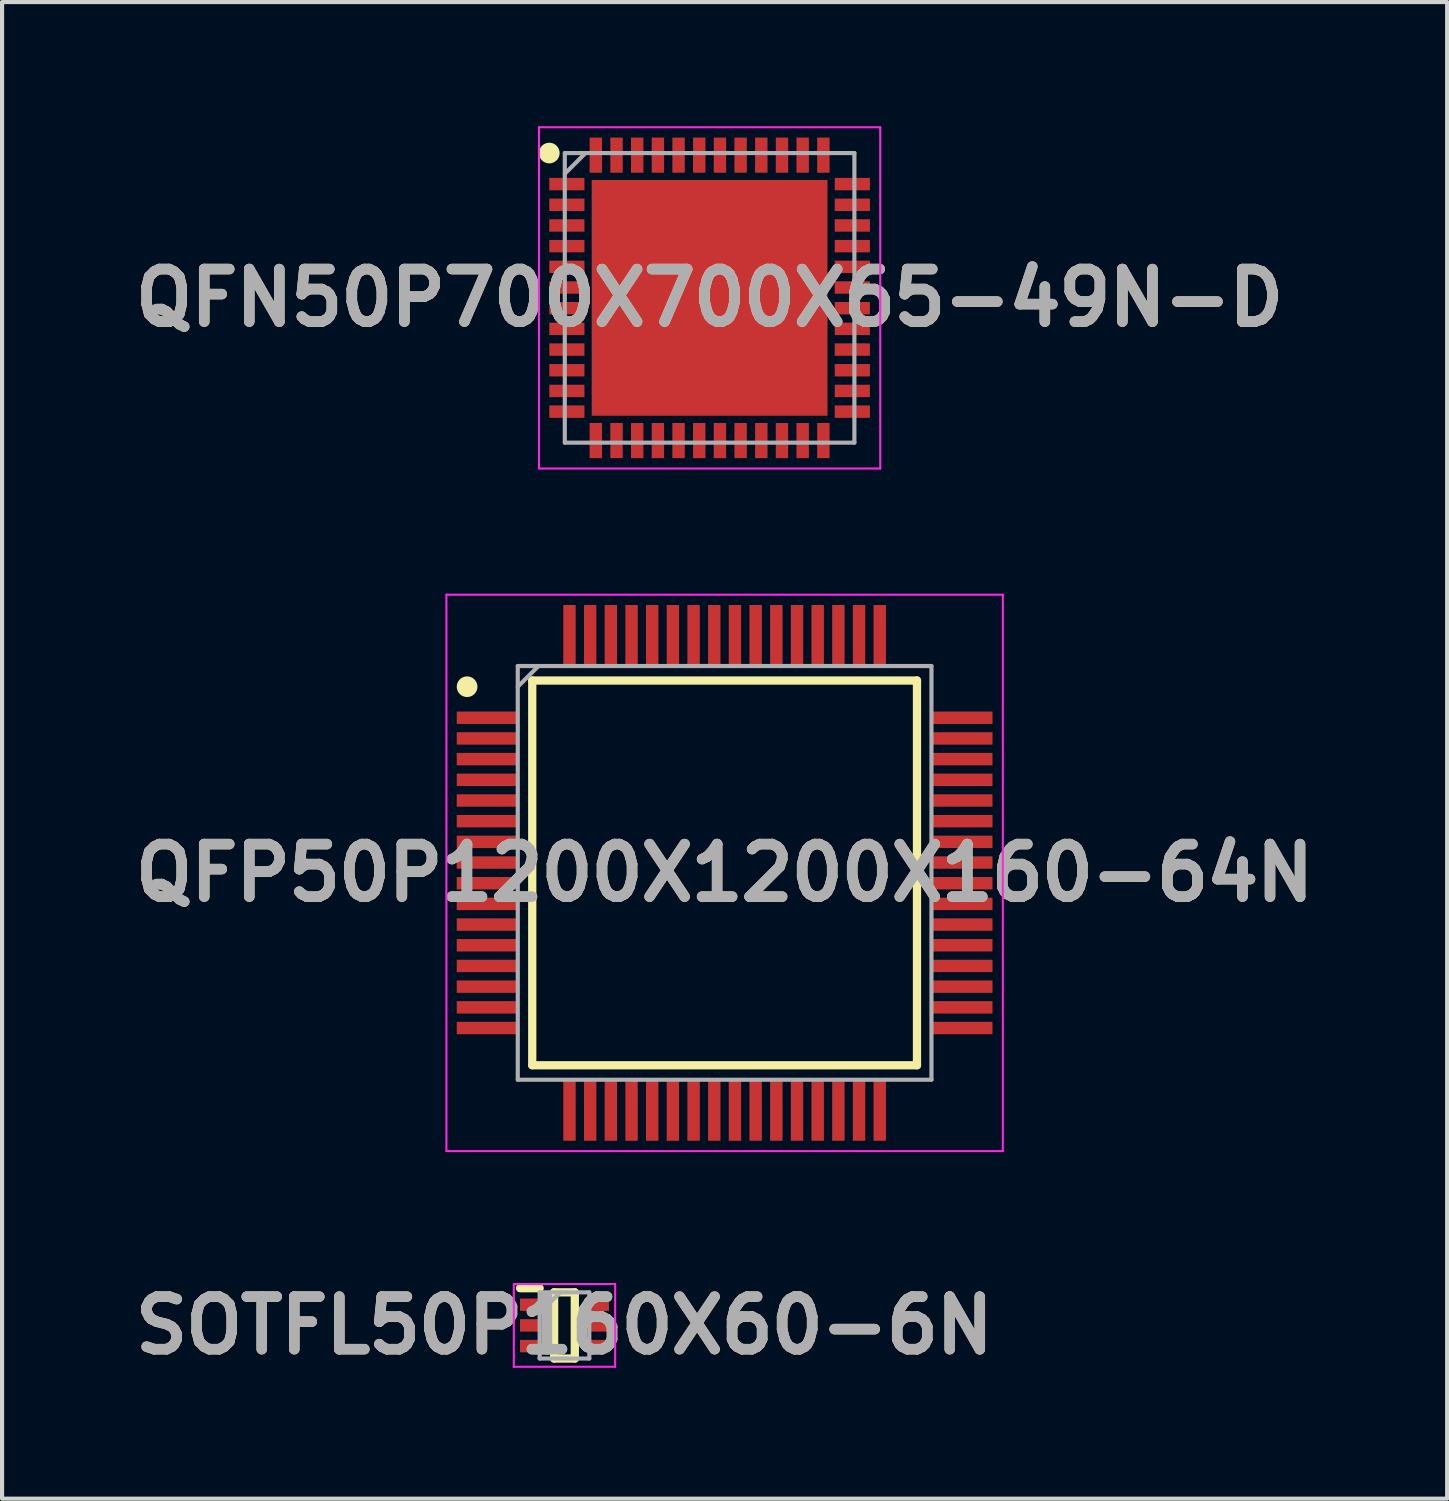
<source format=kicad_pcb>
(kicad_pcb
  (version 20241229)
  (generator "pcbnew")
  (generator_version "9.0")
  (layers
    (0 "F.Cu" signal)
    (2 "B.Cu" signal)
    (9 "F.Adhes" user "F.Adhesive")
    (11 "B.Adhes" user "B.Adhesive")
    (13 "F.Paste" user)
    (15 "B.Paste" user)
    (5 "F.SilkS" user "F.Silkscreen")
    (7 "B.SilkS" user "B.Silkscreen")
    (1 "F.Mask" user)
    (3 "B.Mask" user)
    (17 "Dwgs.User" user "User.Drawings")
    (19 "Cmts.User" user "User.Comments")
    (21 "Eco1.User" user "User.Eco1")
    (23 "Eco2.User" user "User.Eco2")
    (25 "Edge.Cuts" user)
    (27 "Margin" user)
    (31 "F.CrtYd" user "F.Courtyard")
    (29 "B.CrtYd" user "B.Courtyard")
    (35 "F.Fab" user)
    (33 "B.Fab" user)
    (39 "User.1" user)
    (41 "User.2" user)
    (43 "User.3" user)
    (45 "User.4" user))
  (footprint "SOTFL50P160X60-6N"
    (layer "F.Cu")
    (at 10.595 28.989)
    (property "Reference" "SOTFL50P160X60-6N" (at 0 0 0) (layer "F.SilkS") (effects (font (size 1.27 1.27) (thickness 0.254))))
    (attr smd)
    (fp_line (start -1.075 -0.9) (end -0.6 -0.9) (stroke (width 0.2) (type solid)) (layer "F.SilkS"))
    (fp_line (start -0.25 -0.8) (end 0.25 -0.8) (stroke (width 0.2) (type solid)) (layer "F.SilkS"))
    (fp_line (start -0.25 0.8) (end -0.25 -0.8) (stroke (width 0.2) (type solid)) (layer "F.SilkS"))
    (fp_line (start 0.25 -0.8) (end 0.25 0.8) (stroke (width 0.2) (type solid)) (layer "F.SilkS"))
    (fp_line (start 0.25 0.8) (end -0.25 0.8) (stroke (width 0.2) (type solid)) (layer "F.SilkS"))
    (fp_line (start -1.225 -1) (end 1.225 -1) (stroke (width 0.05) (type solid)) (layer "F.CrtYd"))
    (fp_line (start -1.225 1) (end -1.225 -1) (stroke (width 0.05) (type solid)) (layer "F.CrtYd"))
    (fp_line (start 1.225 -1) (end 1.225 1) (stroke (width 0.05) (type solid)) (layer "F.CrtYd"))
    (fp_line (start 1.225 1) (end -1.225 1) (stroke (width 0.05) (type solid)) (layer "F.CrtYd"))
    (fp_line (start -0.6 -0.8) (end 0.6 -0.8) (stroke (width 0.1) (type solid)) (layer "F.Fab"))
    (fp_line (start -0.6 -0.3) (end -0.1 -0.8) (stroke (width 0.1) (type solid)) (layer "F.Fab"))
    (fp_line (start -0.6 0.8) (end -0.6 -0.8) (stroke (width 0.1) (type solid)) (layer "F.Fab"))
    (fp_line (start 0.6 -0.8) (end 0.6 0.8) (stroke (width 0.1) (type solid)) (layer "F.Fab"))
    (fp_line (start 0.6 0.8) (end -0.6 0.8) (stroke (width 0.1) (type solid)) (layer "F.Fab"))
    (fp_text user "${REFERENCE}" (at 0 0 0) (layer "F.Fab") (effects (font (size 1.27 1.27) (thickness 0.254))))
    (pad "1" smd rect (at -0.838 -0.5 90) (size 0.3 0.475) (layers "F.Cu" "F.Mask" "F.Paste"))
    (pad "2" smd rect (at -0.838 0 90) (size 0.3 0.475) (layers "F.Cu" "F.Mask" "F.Paste"))
    (pad "3" smd rect (at -0.838 0.5 90) (size 0.3 0.475) (layers "F.Cu" "F.Mask" "F.Paste"))
    (pad "4" smd rect (at 0.838 0.5 90) (size 0.3 0.475) (layers "F.Cu" "F.Mask" "F.Paste"))
    (pad "5" smd rect (at 0.838 0 90) (size 0.3 0.475) (layers "F.Cu" "F.Mask" "F.Paste"))
    (pad "6" smd rect (at 0.838 -0.5 90) (size 0.3 0.475) (layers "F.Cu" "F.Mask" "F.Paste")))
  (footprint "QFN50P700X700X65-49N-D"
    (layer "F.Cu")
    (at 14.103 4.15)
    (property "Reference" "QFN50P700X700X65-49N-D" (at 0 0 0) (layer "F.SilkS") (effects (font (size 1.27 1.27) (thickness 0.254))))
    (attr smd)
    (fp_circle (center -3.875 -3.5) (end -3.875 -3.375) (stroke (width 0.25) (type solid)) (fill no) (layer "F.SilkS"))
    (fp_line (start -4.125 -4.125) (end 4.125 -4.125) (stroke (width 0.05) (type solid)) (layer "F.CrtYd"))
    (fp_line (start -4.125 4.125) (end -4.125 -4.125) (stroke (width 0.05) (type solid)) (layer "F.CrtYd"))
    (fp_line (start 4.125 -4.125) (end 4.125 4.125) (stroke (width 0.05) (type solid)) (layer "F.CrtYd"))
    (fp_line (start 4.125 4.125) (end -4.125 4.125) (stroke (width 0.05) (type solid)) (layer "F.CrtYd"))
    (fp_line (start -3.5 -3.5) (end 3.5 -3.5) (stroke (width 0.1) (type solid)) (layer "F.Fab"))
    (fp_line (start -3.5 -3) (end -3 -3.5) (stroke (width 0.1) (type solid)) (layer "F.Fab"))
    (fp_line (start -3.5 3.5) (end -3.5 -3.5) (stroke (width 0.1) (type solid)) (layer "F.Fab"))
    (fp_line (start 3.5 -3.5) (end 3.5 3.5) (stroke (width 0.1) (type solid)) (layer "F.Fab"))
    (fp_line (start 3.5 3.5) (end -3.5 3.5) (stroke (width 0.1) (type solid)) (layer "F.Fab"))
    (fp_text user "${REFERENCE}" (at 0 0 0) (layer "F.Fab") (effects (font (size 1.27 1.27) (thickness 0.254))))
    (pad "1" smd rect (at -3.45 -2.75 90) (size 0.3 0.85) (layers "F.Cu" "F.Mask" "F.Paste"))
    (pad "2" smd rect (at -3.45 -2.25 90) (size 0.3 0.85) (layers "F.Cu" "F.Mask" "F.Paste"))
    (pad "3" smd rect (at -3.45 -1.75 90) (size 0.3 0.85) (layers "F.Cu" "F.Mask" "F.Paste"))
    (pad "4" smd rect (at -3.45 -1.25 90) (size 0.3 0.85) (layers "F.Cu" "F.Mask" "F.Paste"))
    (pad "5" smd rect (at -3.45 -0.75 90) (size 0.3 0.85) (layers "F.Cu" "F.Mask" "F.Paste"))
    (pad "6" smd rect (at -3.45 -0.25 90) (size 0.3 0.85) (layers "F.Cu" "F.Mask" "F.Paste"))
    (pad "7" smd rect (at -3.45 0.25 90) (size 0.3 0.85) (layers "F.Cu" "F.Mask" "F.Paste"))
    (pad "8" smd rect (at -3.45 0.75 90) (size 0.3 0.85) (layers "F.Cu" "F.Mask" "F.Paste"))
    (pad "9" smd rect (at -3.45 1.25 90) (size 0.3 0.85) (layers "F.Cu" "F.Mask" "F.Paste"))
    (pad "10" smd rect (at -3.45 1.75 90) (size 0.3 0.85) (layers "F.Cu" "F.Mask" "F.Paste"))
    (pad "11" smd rect (at -3.45 2.25 90) (size 0.3 0.85) (layers "F.Cu" "F.Mask" "F.Paste"))
    (pad "12" smd rect (at -3.45 2.75 90) (size 0.3 0.85) (layers "F.Cu" "F.Mask" "F.Paste"))
    (pad "13" smd rect (at -2.75 3.45) (size 0.3 0.85) (layers "F.Cu" "F.Mask" "F.Paste"))
    (pad "14" smd rect (at -2.25 3.45) (size 0.3 0.85) (layers "F.Cu" "F.Mask" "F.Paste"))
    (pad "15" smd rect (at -1.75 3.45) (size 0.3 0.85) (layers "F.Cu" "F.Mask" "F.Paste"))
    (pad "16" smd rect (at -1.25 3.45) (size 0.3 0.85) (layers "F.Cu" "F.Mask" "F.Paste"))
    (pad "17" smd rect (at -0.75 3.45) (size 0.3 0.85) (layers "F.Cu" "F.Mask" "F.Paste"))
    (pad "18" smd rect (at -0.25 3.45) (size 0.3 0.85) (layers "F.Cu" "F.Mask" "F.Paste"))
    (pad "19" smd rect (at 0.25 3.45) (size 0.3 0.85) (layers "F.Cu" "F.Mask" "F.Paste"))
    (pad "20" smd rect (at 0.75 3.45) (size 0.3 0.85) (layers "F.Cu" "F.Mask" "F.Paste"))
    (pad "21" smd rect (at 1.25 3.45) (size 0.3 0.85) (layers "F.Cu" "F.Mask" "F.Paste"))
    (pad "22" smd rect (at 1.75 3.45) (size 0.3 0.85) (layers "F.Cu" "F.Mask" "F.Paste"))
    (pad "23" smd rect (at 2.25 3.45) (size 0.3 0.85) (layers "F.Cu" "F.Mask" "F.Paste"))
    (pad "24" smd rect (at 2.75 3.45) (size 0.3 0.85) (layers "F.Cu" "F.Mask" "F.Paste"))
    (pad "25" smd rect (at 3.45 2.75 90) (size 0.3 0.85) (layers "F.Cu" "F.Mask" "F.Paste"))
    (pad "26" smd rect (at 3.45 2.25 90) (size 0.3 0.85) (layers "F.Cu" "F.Mask" "F.Paste"))
    (pad "27" smd rect (at 3.45 1.75 90) (size 0.3 0.85) (layers "F.Cu" "F.Mask" "F.Paste"))
    (pad "28" smd rect (at 3.45 1.25 90) (size 0.3 0.85) (layers "F.Cu" "F.Mask" "F.Paste"))
    (pad "29" smd rect (at 3.45 0.75 90) (size 0.3 0.85) (layers "F.Cu" "F.Mask" "F.Paste"))
    (pad "30" smd rect (at 3.45 0.25 90) (size 0.3 0.85) (layers "F.Cu" "F.Mask" "F.Paste"))
    (pad "31" smd rect (at 3.45 -0.25 90) (size 0.3 0.85) (layers "F.Cu" "F.Mask" "F.Paste"))
    (pad "32" smd rect (at 3.45 -0.75 90) (size 0.3 0.85) (layers "F.Cu" "F.Mask" "F.Paste"))
    (pad "33" smd rect (at 3.45 -1.25 90) (size 0.3 0.85) (layers "F.Cu" "F.Mask" "F.Paste"))
    (pad "34" smd rect (at 3.45 -1.75 90) (size 0.3 0.85) (layers "F.Cu" "F.Mask" "F.Paste"))
    (pad "35" smd rect (at 3.45 -2.25 90) (size 0.3 0.85) (layers "F.Cu" "F.Mask" "F.Paste"))
    (pad "36" smd rect (at 3.45 -2.75 90) (size 0.3 0.85) (layers "F.Cu" "F.Mask" "F.Paste"))
    (pad "37" smd rect (at 2.75 -3.45) (size 0.3 0.85) (layers "F.Cu" "F.Mask" "F.Paste"))
    (pad "38" smd rect (at 2.25 -3.45) (size 0.3 0.85) (layers "F.Cu" "F.Mask" "F.Paste"))
    (pad "39" smd rect (at 1.75 -3.45) (size 0.3 0.85) (layers "F.Cu" "F.Mask" "F.Paste"))
    (pad "40" smd rect (at 1.25 -3.45) (size 0.3 0.85) (layers "F.Cu" "F.Mask" "F.Paste"))
    (pad "41" smd rect (at 0.75 -3.45) (size 0.3 0.85) (layers "F.Cu" "F.Mask" "F.Paste"))
    (pad "42" smd rect (at 0.25 -3.45) (size 0.3 0.85) (layers "F.Cu" "F.Mask" "F.Paste"))
    (pad "43" smd rect (at -0.25 -3.45) (size 0.3 0.85) (layers "F.Cu" "F.Mask" "F.Paste"))
    (pad "44" smd rect (at -0.75 -3.45) (size 0.3 0.85) (layers "F.Cu" "F.Mask" "F.Paste"))
    (pad "45" smd rect (at -1.25 -3.45) (size 0.3 0.85) (layers "F.Cu" "F.Mask" "F.Paste"))
    (pad "46" smd rect (at -1.75 -3.45) (size 0.3 0.85) (layers "F.Cu" "F.Mask" "F.Paste"))
    (pad "47" smd rect (at -2.25 -3.45) (size 0.3 0.85) (layers "F.Cu" "F.Mask" "F.Paste"))
    (pad "48" smd rect (at -2.75 -3.45) (size 0.3 0.85) (layers "F.Cu" "F.Mask" "F.Paste"))
    (pad "49" smd rect (at 0 0) (size 5.7 5.7) (layers "F.Cu" "F.Mask" "F.Paste")))
  (footprint "QFP50P1200X1200X160-64N"
    (layer "F.Cu")
    (at 14.466 18.05)
    (property "Reference" "QFP50P1200X1200X160-64N" (at 0 0 0) (layer "F.SilkS") (effects (font (size 1.27 1.27) (thickness 0.254))))
    (attr smd)
    (fp_line (start -4.65 -4.65) (end 4.65 -4.65) (stroke (width 0.2) (type solid)) (layer "F.SilkS"))
    (fp_line (start -4.65 4.65) (end -4.65 -4.65) (stroke (width 0.2) (type solid)) (layer "F.SilkS"))
    (fp_line (start 4.65 -4.65) (end 4.65 4.65) (stroke (width 0.2) (type solid)) (layer "F.SilkS"))
    (fp_line (start 4.65 4.65) (end -4.65 4.65) (stroke (width 0.2) (type solid)) (layer "F.SilkS"))
    (fp_circle (center -6.225 -4.5) (end -6.225 -4.375) (stroke (width 0.25) (type solid)) (fill no) (layer "F.SilkS"))
    (fp_line (start -6.725 -6.725) (end 6.725 -6.725) (stroke (width 0.05) (type solid)) (layer "F.CrtYd"))
    (fp_line (start -6.725 6.725) (end -6.725 -6.725) (stroke (width 0.05) (type solid)) (layer "F.CrtYd"))
    (fp_line (start 6.725 -6.725) (end 6.725 6.725) (stroke (width 0.05) (type solid)) (layer "F.CrtYd"))
    (fp_line (start 6.725 6.725) (end -6.725 6.725) (stroke (width 0.05) (type solid)) (layer "F.CrtYd"))
    (fp_line (start -5 -5) (end 5 -5) (stroke (width 0.1) (type solid)) (layer "F.Fab"))
    (fp_line (start -5 -4.5) (end -4.5 -5) (stroke (width 0.1) (type solid)) (layer "F.Fab"))
    (fp_line (start -5 5) (end -5 -5) (stroke (width 0.1) (type solid)) (layer "F.Fab"))
    (fp_line (start 5 -5) (end 5 5) (stroke (width 0.1) (type solid)) (layer "F.Fab"))
    (fp_line (start 5 5) (end -5 5) (stroke (width 0.1) (type solid)) (layer "F.Fab"))
    (fp_text user "${REFERENCE}" (at 0 0 0) (layer "F.Fab") (effects (font (size 1.27 1.27) (thickness 0.254))))
    (pad "1" smd rect (at -5.738 -3.75 90) (size 0.3 1.475) (layers "F.Cu" "F.Mask" "F.Paste"))
    (pad "2" smd rect (at -5.738 -3.25 90) (size 0.3 1.475) (layers "F.Cu" "F.Mask" "F.Paste"))
    (pad "3" smd rect (at -5.738 -2.75 90) (size 0.3 1.475) (layers "F.Cu" "F.Mask" "F.Paste"))
    (pad "4" smd rect (at -5.738 -2.25 90) (size 0.3 1.475) (layers "F.Cu" "F.Mask" "F.Paste"))
    (pad "5" smd rect (at -5.738 -1.75 90) (size 0.3 1.475) (layers "F.Cu" "F.Mask" "F.Paste"))
    (pad "6" smd rect (at -5.738 -1.25 90) (size 0.3 1.475) (layers "F.Cu" "F.Mask" "F.Paste"))
    (pad "7" smd rect (at -5.738 -0.75 90) (size 0.3 1.475) (layers "F.Cu" "F.Mask" "F.Paste"))
    (pad "8" smd rect (at -5.738 -0.25 90) (size 0.3 1.475) (layers "F.Cu" "F.Mask" "F.Paste"))
    (pad "9" smd rect (at -5.738 0.25 90) (size 0.3 1.475) (layers "F.Cu" "F.Mask" "F.Paste"))
    (pad "10" smd rect (at -5.738 0.75 90) (size 0.3 1.475) (layers "F.Cu" "F.Mask" "F.Paste"))
    (pad "11" smd rect (at -5.738 1.25 90) (size 0.3 1.475) (layers "F.Cu" "F.Mask" "F.Paste"))
    (pad "12" smd rect (at -5.738 1.75 90) (size 0.3 1.475) (layers "F.Cu" "F.Mask" "F.Paste"))
    (pad "13" smd rect (at -5.738 2.25 90) (size 0.3 1.475) (layers "F.Cu" "F.Mask" "F.Paste"))
    (pad "14" smd rect (at -5.738 2.75 90) (size 0.3 1.475) (layers "F.Cu" "F.Mask" "F.Paste"))
    (pad "15" smd rect (at -5.738 3.25 90) (size 0.3 1.475) (layers "F.Cu" "F.Mask" "F.Paste"))
    (pad "16" smd rect (at -5.738 3.75 90) (size 0.3 1.475) (layers "F.Cu" "F.Mask" "F.Paste"))
    (pad "17" smd rect (at -3.75 5.738) (size 0.3 1.475) (layers "F.Cu" "F.Mask" "F.Paste"))
    (pad "18" smd rect (at -3.25 5.738) (size 0.3 1.475) (layers "F.Cu" "F.Mask" "F.Paste"))
    (pad "19" smd rect (at -2.75 5.738) (size 0.3 1.475) (layers "F.Cu" "F.Mask" "F.Paste"))
    (pad "20" smd rect (at -2.25 5.738) (size 0.3 1.475) (layers "F.Cu" "F.Mask" "F.Paste"))
    (pad "21" smd rect (at -1.75 5.738) (size 0.3 1.475) (layers "F.Cu" "F.Mask" "F.Paste"))
    (pad "22" smd rect (at -1.25 5.738) (size 0.3 1.475) (layers "F.Cu" "F.Mask" "F.Paste"))
    (pad "23" smd rect (at -0.75 5.738) (size 0.3 1.475) (layers "F.Cu" "F.Mask" "F.Paste"))
    (pad "24" smd rect (at -0.25 5.738) (size 0.3 1.475) (layers "F.Cu" "F.Mask" "F.Paste"))
    (pad "25" smd rect (at 0.25 5.738) (size 0.3 1.475) (layers "F.Cu" "F.Mask" "F.Paste"))
    (pad "26" smd rect (at 0.75 5.738) (size 0.3 1.475) (layers "F.Cu" "F.Mask" "F.Paste"))
    (pad "27" smd rect (at 1.25 5.738) (size 0.3 1.475) (layers "F.Cu" "F.Mask" "F.Paste"))
    (pad "28" smd rect (at 1.75 5.738) (size 0.3 1.475) (layers "F.Cu" "F.Mask" "F.Paste"))
    (pad "29" smd rect (at 2.25 5.738) (size 0.3 1.475) (layers "F.Cu" "F.Mask" "F.Paste"))
    (pad "30" smd rect (at 2.75 5.738) (size 0.3 1.475) (layers "F.Cu" "F.Mask" "F.Paste"))
    (pad "31" smd rect (at 3.25 5.738) (size 0.3 1.475) (layers "F.Cu" "F.Mask" "F.Paste"))
    (pad "32" smd rect (at 3.75 5.738) (size 0.3 1.475) (layers "F.Cu" "F.Mask" "F.Paste"))
    (pad "33" smd rect (at 5.738 3.75 90) (size 0.3 1.475) (layers "F.Cu" "F.Mask" "F.Paste"))
    (pad "34" smd rect (at 5.738 3.25 90) (size 0.3 1.475) (layers "F.Cu" "F.Mask" "F.Paste"))
    (pad "35" smd rect (at 5.738 2.75 90) (size 0.3 1.475) (layers "F.Cu" "F.Mask" "F.Paste"))
    (pad "36" smd rect (at 5.738 2.25 90) (size 0.3 1.475) (layers "F.Cu" "F.Mask" "F.Paste"))
    (pad "37" smd rect (at 5.738 1.75 90) (size 0.3 1.475) (layers "F.Cu" "F.Mask" "F.Paste"))
    (pad "38" smd rect (at 5.738 1.25 90) (size 0.3 1.475) (layers "F.Cu" "F.Mask" "F.Paste"))
    (pad "39" smd rect (at 5.738 0.75 90) (size 0.3 1.475) (layers "F.Cu" "F.Mask" "F.Paste"))
    (pad "40" smd rect (at 5.738 0.25 90) (size 0.3 1.475) (layers "F.Cu" "F.Mask" "F.Paste"))
    (pad "41" smd rect (at 5.738 -0.25 90) (size 0.3 1.475) (layers "F.Cu" "F.Mask" "F.Paste"))
    (pad "42" smd rect (at 5.738 -0.75 90) (size 0.3 1.475) (layers "F.Cu" "F.Mask" "F.Paste"))
    (pad "43" smd rect (at 5.738 -1.25 90) (size 0.3 1.475) (layers "F.Cu" "F.Mask" "F.Paste"))
    (pad "44" smd rect (at 5.738 -1.75 90) (size 0.3 1.475) (layers "F.Cu" "F.Mask" "F.Paste"))
    (pad "45" smd rect (at 5.738 -2.25 90) (size 0.3 1.475) (layers "F.Cu" "F.Mask" "F.Paste"))
    (pad "46" smd rect (at 5.738 -2.75 90) (size 0.3 1.475) (layers "F.Cu" "F.Mask" "F.Paste"))
    (pad "47" smd rect (at 5.738 -3.25 90) (size 0.3 1.475) (layers "F.Cu" "F.Mask" "F.Paste"))
    (pad "48" smd rect (at 5.738 -3.75 90) (size 0.3 1.475) (layers "F.Cu" "F.Mask" "F.Paste"))
    (pad "49" smd rect (at 3.75 -5.738) (size 0.3 1.475) (layers "F.Cu" "F.Mask" "F.Paste"))
    (pad "50" smd rect (at 3.25 -5.738) (size 0.3 1.475) (layers "F.Cu" "F.Mask" "F.Paste"))
    (pad "51" smd rect (at 2.75 -5.738) (size 0.3 1.475) (layers "F.Cu" "F.Mask" "F.Paste"))
    (pad "52" smd rect (at 2.25 -5.738) (size 0.3 1.475) (layers "F.Cu" "F.Mask" "F.Paste"))
    (pad "53" smd rect (at 1.75 -5.738) (size 0.3 1.475) (layers "F.Cu" "F.Mask" "F.Paste"))
    (pad "54" smd rect (at 1.25 -5.738) (size 0.3 1.475) (layers "F.Cu" "F.Mask" "F.Paste"))
    (pad "55" smd rect (at 0.75 -5.738) (size 0.3 1.475) (layers "F.Cu" "F.Mask" "F.Paste"))
    (pad "56" smd rect (at 0.25 -5.738) (size 0.3 1.475) (layers "F.Cu" "F.Mask" "F.Paste"))
    (pad "57" smd rect (at -0.25 -5.738) (size 0.3 1.475) (layers "F.Cu" "F.Mask" "F.Paste"))
    (pad "58" smd rect (at -0.75 -5.738) (size 0.3 1.475) (layers "F.Cu" "F.Mask" "F.Paste"))
    (pad "59" smd rect (at -1.25 -5.738) (size 0.3 1.475) (layers "F.Cu" "F.Mask" "F.Paste"))
    (pad "60" smd rect (at -1.75 -5.738) (size 0.3 1.475) (layers "F.Cu" "F.Mask" "F.Paste"))
    (pad "61" smd rect (at -2.25 -5.738) (size 0.3 1.475) (layers "F.Cu" "F.Mask" "F.Paste"))
    (pad "62" smd rect (at -2.75 -5.738) (size 0.3 1.475) (layers "F.Cu" "F.Mask" "F.Paste"))
    (pad "63" smd rect (at -3.25 -5.738) (size 0.3 1.475) (layers "F.Cu" "F.Mask" "F.Paste"))
    (pad "64" smd rect (at -3.75 -5.738) (size 0.3 1.475) (layers "F.Cu" "F.Mask" "F.Paste")))
  (gr_rect
    (start -3 -3)
    (end 31.932 33.177)
    (stroke (width 0.1) (type default))
    (fill no)
    (layer "Edge.Cuts")))
</source>
